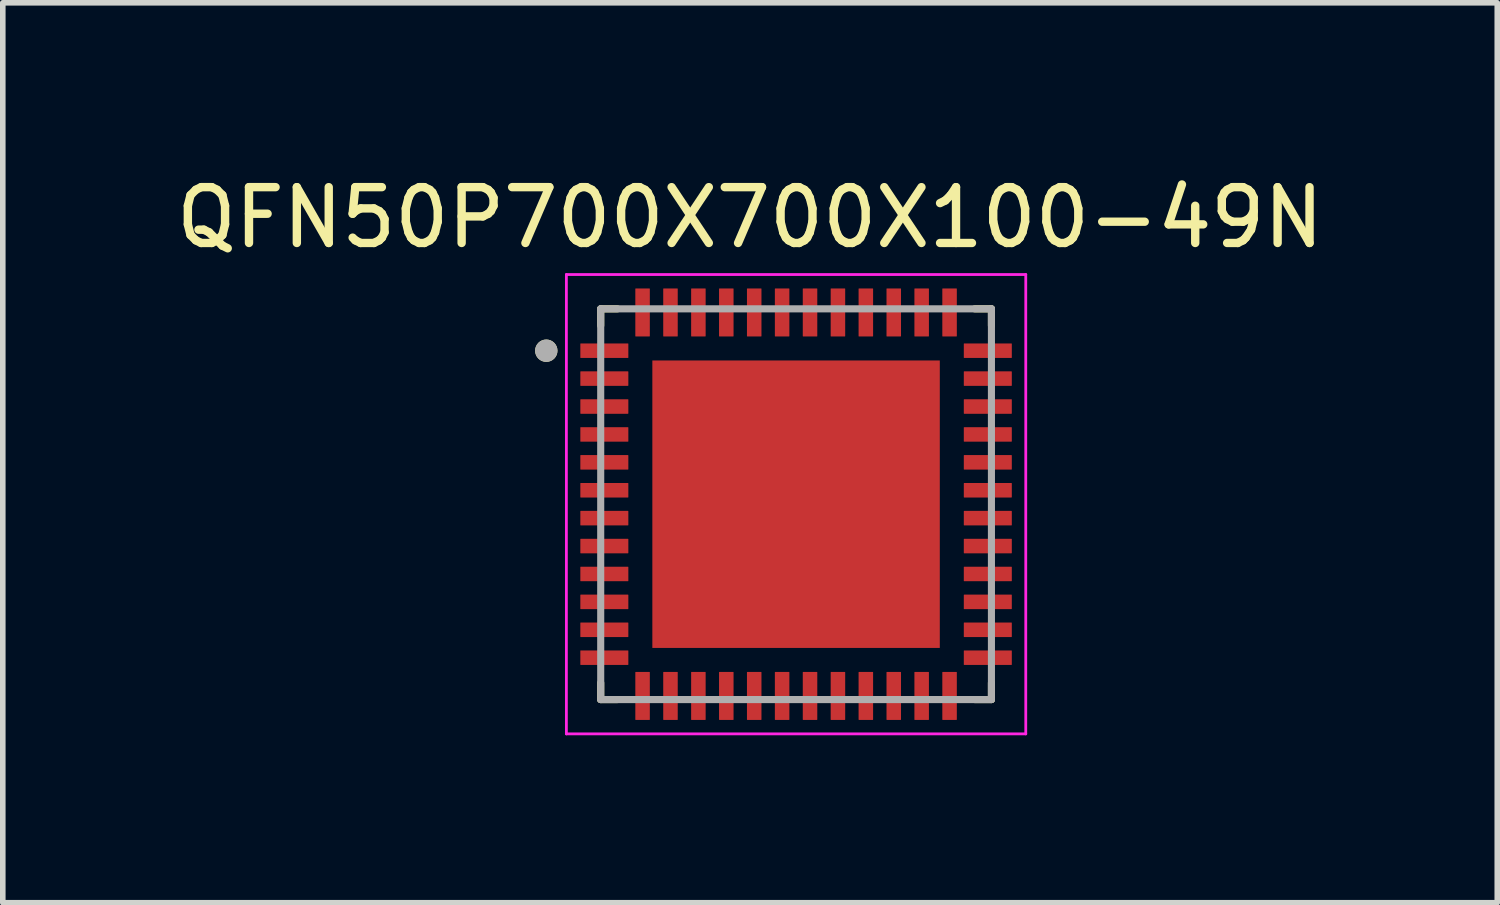
<source format=kicad_pcb>
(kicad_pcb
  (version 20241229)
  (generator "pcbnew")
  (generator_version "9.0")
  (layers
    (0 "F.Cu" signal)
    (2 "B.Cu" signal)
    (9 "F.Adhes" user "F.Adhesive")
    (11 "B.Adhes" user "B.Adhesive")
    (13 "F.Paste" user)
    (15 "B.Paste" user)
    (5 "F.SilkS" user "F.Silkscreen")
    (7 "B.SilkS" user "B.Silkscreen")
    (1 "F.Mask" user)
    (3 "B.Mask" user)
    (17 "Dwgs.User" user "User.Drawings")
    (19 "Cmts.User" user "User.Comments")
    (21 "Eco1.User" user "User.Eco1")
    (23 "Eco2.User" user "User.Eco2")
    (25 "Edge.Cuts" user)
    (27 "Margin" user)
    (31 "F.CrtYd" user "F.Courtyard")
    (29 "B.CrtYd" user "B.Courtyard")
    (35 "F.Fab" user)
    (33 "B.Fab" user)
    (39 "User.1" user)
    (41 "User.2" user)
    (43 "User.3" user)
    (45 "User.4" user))
  (footprint "QFN50P700X700X100-49N"
    (layer "F.Cu")
    (at 11.212 5.983)
    (property "Reference" "QFN50P700X700X100-49N" (at -0.825 -5.135 0) (layer "F.SilkS") (effects (font (size 1 1) (thickness 0.15))))
    (attr smd)
    (fp_line (start -3.5 -3.5) (end -3.5 -3.2) (stroke (width 0.127) (type solid)) (layer "F.SilkS"))
    (fp_line (start -3.5 -3.5) (end -3.2 -3.5) (stroke (width 0.127) (type solid)) (layer "F.SilkS"))
    (fp_line (start -3.5 3.5) (end -3.5 3.2) (stroke (width 0.127) (type solid)) (layer "F.SilkS"))
    (fp_line (start -3.5 3.5) (end -3.2 3.5) (stroke (width 0.127) (type solid)) (layer "F.SilkS"))
    (fp_line (start 3.5 -3.5) (end 3.2 -3.5) (stroke (width 0.127) (type solid)) (layer "F.SilkS"))
    (fp_line (start 3.5 -3.5) (end 3.5 -3.2) (stroke (width 0.127) (type solid)) (layer "F.SilkS"))
    (fp_line (start 3.5 3.5) (end 3.2 3.5) (stroke (width 0.127) (type solid)) (layer "F.SilkS"))
    (fp_line (start 3.5 3.5) (end 3.5 3.2) (stroke (width 0.127) (type solid)) (layer "F.SilkS"))
    (fp_circle (center -4.475 -2.75) (end -4.375 -2.75) (stroke (width 0.2) (type solid)) (fill no) (layer "F.SilkS"))
    (fp_poly (pts (xy -2.1 -2.1) (xy -0.48 -2.1) (xy -0.48 -0.48) (xy -2.1 -0.48)) (stroke (width 0.01) (type solid)) (fill yes) (layer "F.Paste"))
    (fp_poly (pts (xy -2.1 0.48) (xy -0.48 0.48) (xy -0.48 2.1) (xy -2.1 2.1)) (stroke (width 0.01) (type solid)) (fill yes) (layer "F.Paste"))
    (fp_poly (pts (xy 0.48 -2.1) (xy 2.1 -2.1) (xy 2.1 -0.48) (xy 0.48 -0.48)) (stroke (width 0.01) (type solid)) (fill yes) (layer "F.Paste"))
    (fp_poly (pts (xy 0.48 0.48) (xy 2.1 0.48) (xy 2.1 2.1) (xy 0.48 2.1)) (stroke (width 0.01) (type solid)) (fill yes) (layer "F.Paste"))
    (fp_line (start -4.115 -4.115) (end 4.115 -4.115) (stroke (width 0.05) (type solid)) (layer "F.CrtYd"))
    (fp_line (start -4.115 4.115) (end -4.115 -4.115) (stroke (width 0.05) (type solid)) (layer "F.CrtYd"))
    (fp_line (start -4.115 4.115) (end 4.115 4.115) (stroke (width 0.05) (type solid)) (layer "F.CrtYd"))
    (fp_line (start 4.115 4.115) (end 4.115 -4.115) (stroke (width 0.05) (type solid)) (layer "F.CrtYd"))
    (fp_line (start -3.5 3.5) (end -3.5 -3.5) (stroke (width 0.127) (type solid)) (layer "F.Fab"))
    (fp_line (start 3.5 -3.5) (end -3.5 -3.5) (stroke (width 0.127) (type solid)) (layer "F.Fab"))
    (fp_line (start 3.5 3.5) (end -3.5 3.5) (stroke (width 0.127) (type solid)) (layer "F.Fab"))
    (fp_line (start 3.5 3.5) (end 3.5 -3.5) (stroke (width 0.127) (type solid)) (layer "F.Fab"))
    (fp_circle (center -4.475 -2.75) (end -4.375 -2.75) (stroke (width 0.2) (type solid)) (fill no) (layer "F.Fab"))
    (pad "1" smd roundrect (at -3.435 -2.75) (size 0.86 0.26) (layers "F.Cu" "F.Mask" "F.Paste") (roundrect_rratio 0.03))
    (pad "2" smd roundrect (at -3.435 -2.25) (size 0.86 0.26) (layers "F.Cu" "F.Mask" "F.Paste") (roundrect_rratio 0.03))
    (pad "3" smd roundrect (at -3.435 -1.75) (size 0.86 0.26) (layers "F.Cu" "F.Mask" "F.Paste") (roundrect_rratio 0.03))
    (pad "4" smd roundrect (at -3.435 -1.25) (size 0.86 0.26) (layers "F.Cu" "F.Mask" "F.Paste") (roundrect_rratio 0.03))
    (pad "5" smd roundrect (at -3.435 -0.75) (size 0.86 0.26) (layers "F.Cu" "F.Mask" "F.Paste") (roundrect_rratio 0.03))
    (pad "6" smd roundrect (at -3.435 -0.25) (size 0.86 0.26) (layers "F.Cu" "F.Mask" "F.Paste") (roundrect_rratio 0.03))
    (pad "7" smd roundrect (at -3.435 0.25) (size 0.86 0.26) (layers "F.Cu" "F.Mask" "F.Paste") (roundrect_rratio 0.03))
    (pad "8" smd roundrect (at -3.435 0.75) (size 0.86 0.26) (layers "F.Cu" "F.Mask" "F.Paste") (roundrect_rratio 0.03))
    (pad "9" smd roundrect (at -3.435 1.25) (size 0.86 0.26) (layers "F.Cu" "F.Mask" "F.Paste") (roundrect_rratio 0.03))
    (pad "10" smd roundrect (at -3.435 1.75) (size 0.86 0.26) (layers "F.Cu" "F.Mask" "F.Paste") (roundrect_rratio 0.03))
    (pad "11" smd roundrect (at -3.435 2.25) (size 0.86 0.26) (layers "F.Cu" "F.Mask" "F.Paste") (roundrect_rratio 0.03))
    (pad "12" smd roundrect (at -3.435 2.75) (size 0.86 0.26) (layers "F.Cu" "F.Mask" "F.Paste") (roundrect_rratio 0.03))
    (pad "13" smd roundrect (at -2.75 3.435 90) (size 0.86 0.26) (layers "F.Cu" "F.Mask" "F.Paste") (roundrect_rratio 0.03))
    (pad "14" smd roundrect (at -2.25 3.435 90) (size 0.86 0.26) (layers "F.Cu" "F.Mask" "F.Paste") (roundrect_rratio 0.03))
    (pad "15" smd roundrect (at -1.75 3.435 90) (size 0.86 0.26) (layers "F.Cu" "F.Mask" "F.Paste") (roundrect_rratio 0.03))
    (pad "16" smd roundrect (at -1.25 3.435 90) (size 0.86 0.26) (layers "F.Cu" "F.Mask" "F.Paste") (roundrect_rratio 0.03))
    (pad "17" smd roundrect (at -0.75 3.435 90) (size 0.86 0.26) (layers "F.Cu" "F.Mask" "F.Paste") (roundrect_rratio 0.03))
    (pad "18" smd roundrect (at -0.25 3.435 90) (size 0.86 0.26) (layers "F.Cu" "F.Mask" "F.Paste") (roundrect_rratio 0.03))
    (pad "19" smd roundrect (at 0.25 3.435 90) (size 0.86 0.26) (layers "F.Cu" "F.Mask" "F.Paste") (roundrect_rratio 0.03))
    (pad "20" smd roundrect (at 0.75 3.435 90) (size 0.86 0.26) (layers "F.Cu" "F.Mask" "F.Paste") (roundrect_rratio 0.03))
    (pad "21" smd roundrect (at 1.25 3.435 90) (size 0.86 0.26) (layers "F.Cu" "F.Mask" "F.Paste") (roundrect_rratio 0.03))
    (pad "22" smd roundrect (at 1.75 3.435 90) (size 0.86 0.26) (layers "F.Cu" "F.Mask" "F.Paste") (roundrect_rratio 0.03))
    (pad "23" smd roundrect (at 2.25 3.435 90) (size 0.86 0.26) (layers "F.Cu" "F.Mask" "F.Paste") (roundrect_rratio 0.03))
    (pad "24" smd roundrect (at 2.75 3.435 90) (size 0.86 0.26) (layers "F.Cu" "F.Mask" "F.Paste") (roundrect_rratio 0.03))
    (pad "25" smd roundrect (at 3.435 2.75) (size 0.86 0.26) (layers "F.Cu" "F.Mask" "F.Paste") (roundrect_rratio 0.03))
    (pad "26" smd roundrect (at 3.435 2.25) (size 0.86 0.26) (layers "F.Cu" "F.Mask" "F.Paste") (roundrect_rratio 0.03))
    (pad "27" smd roundrect (at 3.435 1.75) (size 0.86 0.26) (layers "F.Cu" "F.Mask" "F.Paste") (roundrect_rratio 0.03))
    (pad "28" smd roundrect (at 3.435 1.25) (size 0.86 0.26) (layers "F.Cu" "F.Mask" "F.Paste") (roundrect_rratio 0.03))
    (pad "29" smd roundrect (at 3.435 0.75) (size 0.86 0.26) (layers "F.Cu" "F.Mask" "F.Paste") (roundrect_rratio 0.03))
    (pad "30" smd roundrect (at 3.435 0.25) (size 0.86 0.26) (layers "F.Cu" "F.Mask" "F.Paste") (roundrect_rratio 0.03))
    (pad "31" smd roundrect (at 3.435 -0.25) (size 0.86 0.26) (layers "F.Cu" "F.Mask" "F.Paste") (roundrect_rratio 0.03))
    (pad "32" smd roundrect (at 3.435 -0.75) (size 0.86 0.26) (layers "F.Cu" "F.Mask" "F.Paste") (roundrect_rratio 0.03))
    (pad "33" smd roundrect (at 3.435 -1.25) (size 0.86 0.26) (layers "F.Cu" "F.Mask" "F.Paste") (roundrect_rratio 0.03))
    (pad "34" smd roundrect (at 3.435 -1.75) (size 0.86 0.26) (layers "F.Cu" "F.Mask" "F.Paste") (roundrect_rratio 0.03))
    (pad "35" smd roundrect (at 3.435 -2.25) (size 0.86 0.26) (layers "F.Cu" "F.Mask" "F.Paste") (roundrect_rratio 0.03))
    (pad "36" smd roundrect (at 3.435 -2.75) (size 0.86 0.26) (layers "F.Cu" "F.Mask" "F.Paste") (roundrect_rratio 0.03))
    (pad "37" smd roundrect (at 2.75 -3.435 90) (size 0.86 0.26) (layers "F.Cu" "F.Mask" "F.Paste") (roundrect_rratio 0.03))
    (pad "38" smd roundrect (at 2.25 -3.435 90) (size 0.86 0.26) (layers "F.Cu" "F.Mask" "F.Paste") (roundrect_rratio 0.03))
    (pad "39" smd roundrect (at 1.75 -3.435 90) (size 0.86 0.26) (layers "F.Cu" "F.Mask" "F.Paste") (roundrect_rratio 0.03))
    (pad "40" smd roundrect (at 1.25 -3.435 90) (size 0.86 0.26) (layers "F.Cu" "F.Mask" "F.Paste") (roundrect_rratio 0.03))
    (pad "41" smd roundrect (at 0.75 -3.435 90) (size 0.86 0.26) (layers "F.Cu" "F.Mask" "F.Paste") (roundrect_rratio 0.03))
    (pad "42" smd roundrect (at 0.25 -3.435 90) (size 0.86 0.26) (layers "F.Cu" "F.Mask" "F.Paste") (roundrect_rratio 0.03))
    (pad "43" smd roundrect (at -0.25 -3.435 90) (size 0.86 0.26) (layers "F.Cu" "F.Mask" "F.Paste") (roundrect_rratio 0.03))
    (pad "44" smd roundrect (at -0.75 -3.435 90) (size 0.86 0.26) (layers "F.Cu" "F.Mask" "F.Paste") (roundrect_rratio 0.03))
    (pad "45" smd roundrect (at -1.25 -3.435 90) (size 0.86 0.26) (layers "F.Cu" "F.Mask" "F.Paste") (roundrect_rratio 0.03))
    (pad "46" smd roundrect (at -1.75 -3.435 90) (size 0.86 0.26) (layers "F.Cu" "F.Mask" "F.Paste") (roundrect_rratio 0.03))
    (pad "47" smd roundrect (at -2.25 -3.435 90) (size 0.86 0.26) (layers "F.Cu" "F.Mask" "F.Paste") (roundrect_rratio 0.03))
    (pad "48" smd roundrect (at -2.75 -3.435 90) (size 0.86 0.26) (layers "F.Cu" "F.Mask" "F.Paste") (roundrect_rratio 0.03))
    (pad "49" smd rect (at 0 0) (size 5.15 5.15) (layers "F.Cu" "F.Mask")))
  (gr_rect
    (start -3 -3)
    (end 23.774 13.123)
    (stroke (width 0.1) (type default))
    (fill no)
    (layer "Edge.Cuts")))
</source>
